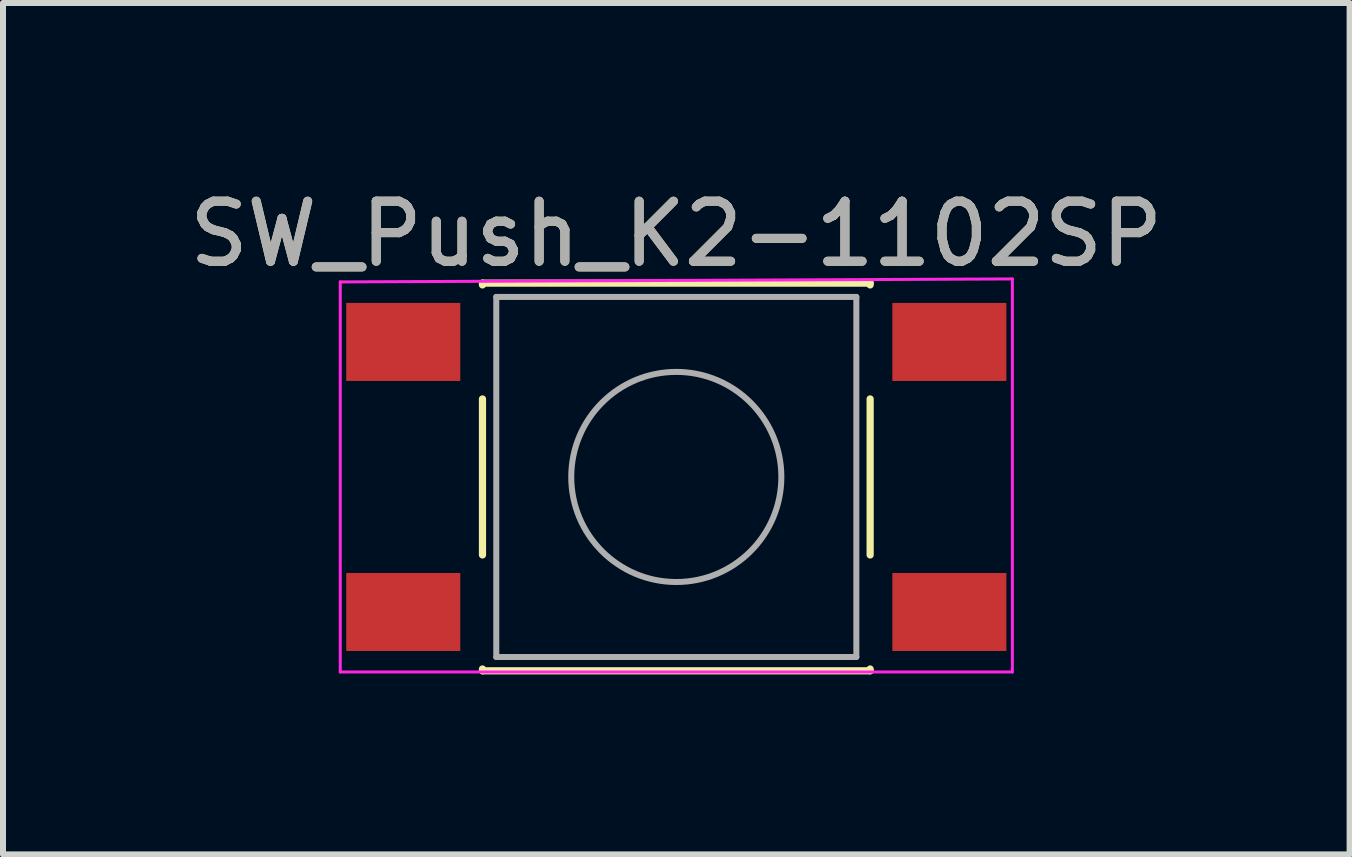
<source format=kicad_pcb>
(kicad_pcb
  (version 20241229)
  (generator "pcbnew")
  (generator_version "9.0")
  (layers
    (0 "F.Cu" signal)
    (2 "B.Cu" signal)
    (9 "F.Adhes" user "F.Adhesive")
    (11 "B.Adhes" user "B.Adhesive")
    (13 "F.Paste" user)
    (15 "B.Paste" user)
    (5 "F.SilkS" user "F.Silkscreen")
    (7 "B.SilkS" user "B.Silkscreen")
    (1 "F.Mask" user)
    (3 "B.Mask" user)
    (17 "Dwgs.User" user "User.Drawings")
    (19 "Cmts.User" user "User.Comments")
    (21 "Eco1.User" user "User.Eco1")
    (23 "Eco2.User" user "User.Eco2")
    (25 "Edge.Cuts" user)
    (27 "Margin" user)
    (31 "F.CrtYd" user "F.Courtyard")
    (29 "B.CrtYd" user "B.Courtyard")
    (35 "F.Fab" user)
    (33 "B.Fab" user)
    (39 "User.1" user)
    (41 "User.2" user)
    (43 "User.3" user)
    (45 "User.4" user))
  (footprint "SW_Push_K2-1102SP"
    (layer "F.Cu")
    (at 8.22 4.898)
    (property "Reference" "SW_Push_K2-1102SP" (at 0 -4.05 0) (layer "F.SilkS") (effects (font (size 1 1) (thickness 0.15))))
    (attr smd)
    (fp_line (start -3.23 -3.23) (end 3.23 -3.23) (stroke (width 0.12) (type solid)) (layer "F.SilkS"))
    (fp_line (start -3.23 -3.2) (end -3.23 -3.23) (stroke (width 0.12) (type solid)) (layer "F.SilkS"))
    (fp_line (start -3.23 -1.3) (end -3.23 1.3) (stroke (width 0.12) (type solid)) (layer "F.SilkS"))
    (fp_line (start -3.23 3.23) (end -3.23 3.2) (stroke (width 0.12) (type solid)) (layer "F.SilkS"))
    (fp_line (start -3.23 3.23) (end 3.23 3.23) (stroke (width 0.12) (type solid)) (layer "F.SilkS"))
    (fp_line (start 3.23 -3.23) (end 3.23 -3.2) (stroke (width 0.12) (type solid)) (layer "F.SilkS"))
    (fp_line (start 3.23 -1.3) (end 3.23 1.3) (stroke (width 0.12) (type solid)) (layer "F.SilkS"))
    (fp_line (start 3.23 3.23) (end 3.23 3.2) (stroke (width 0.12) (type solid)) (layer "F.SilkS"))
    (fp_line (start -5.6 -3.25) (end -5.6 3.25) (stroke (width 0.05) (type solid)) (layer "F.CrtYd"))
    (fp_line (start -5.6 -3.25) (end 5.6 -3.3) (stroke (width 0.05) (type solid)) (layer "F.CrtYd"))
    (fp_line (start -5.6 3.25) (end 5.6 3.25) (stroke (width 0.05) (type solid)) (layer "F.CrtYd"))
    (fp_line (start 5.6 -3.3) (end 5.6 3.25) (stroke (width 0.05) (type solid)) (layer "F.CrtYd"))
    (fp_line (start -3 -3) (end -3 3) (stroke (width 0.1) (type solid)) (layer "F.Fab"))
    (fp_line (start -3 3) (end 3 3) (stroke (width 0.1) (type solid)) (layer "F.Fab"))
    (fp_line (start 3 -3) (end -3 -3) (stroke (width 0.1) (type solid)) (layer "F.Fab"))
    (fp_line (start 3 3) (end 3 -3) (stroke (width 0.1) (type solid)) (layer "F.Fab"))
    (fp_circle (center 0 0) (end 1.75 -0.05) (stroke (width 0.1) (type solid)) (fill no) (layer "F.Fab"))
    (fp_text user "${REFERENCE}" (at 0 -4.05 0) (layer "F.Fab") (effects (font (size 1 1) (thickness 0.15))))
    (pad "1" smd rect (at -4.55 -2.25) (size 1.9 1.3) (layers "F.Cu" "F.Mask" "F.Paste"))
    (pad "1" smd rect (at 4.55 -2.25) (size 1.9 1.3) (layers "F.Cu" "F.Mask" "F.Paste"))
    (pad "2" smd rect (at -4.55 2.25) (size 1.9 1.3) (layers "F.Cu" "F.Mask" "F.Paste"))
    (pad "2" smd rect (at 4.55 2.25) (size 1.9 1.3) (layers "F.Cu" "F.Mask" "F.Paste")))
  (gr_rect
    (start -3 -3)
    (end 19.44 11.188)
    (stroke (width 0.1) (type default))
    (fill no)
    (layer "Edge.Cuts")))
</source>
